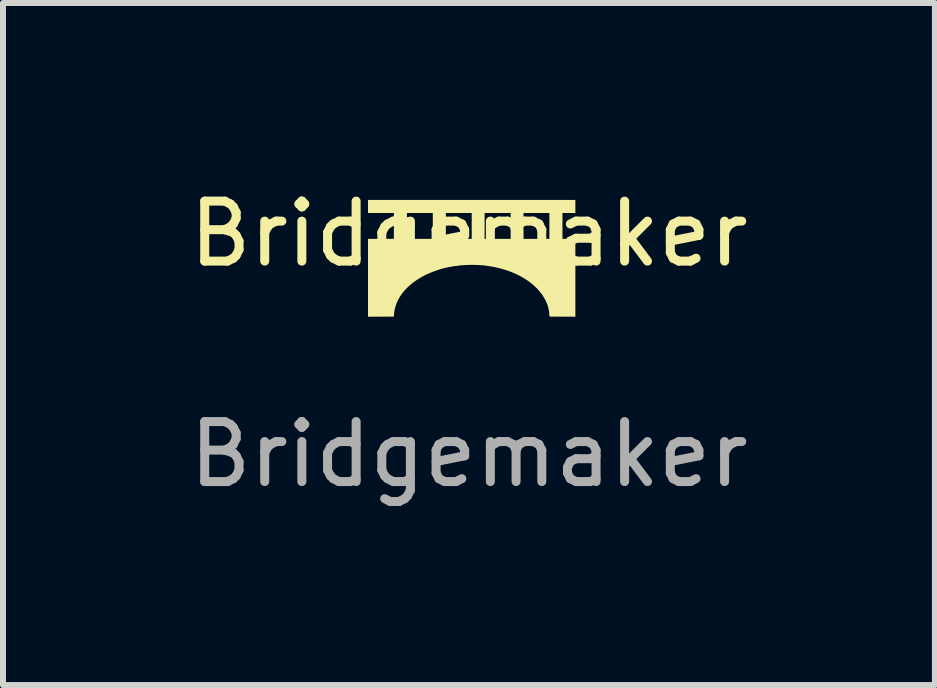
<source format=kicad_pcb>
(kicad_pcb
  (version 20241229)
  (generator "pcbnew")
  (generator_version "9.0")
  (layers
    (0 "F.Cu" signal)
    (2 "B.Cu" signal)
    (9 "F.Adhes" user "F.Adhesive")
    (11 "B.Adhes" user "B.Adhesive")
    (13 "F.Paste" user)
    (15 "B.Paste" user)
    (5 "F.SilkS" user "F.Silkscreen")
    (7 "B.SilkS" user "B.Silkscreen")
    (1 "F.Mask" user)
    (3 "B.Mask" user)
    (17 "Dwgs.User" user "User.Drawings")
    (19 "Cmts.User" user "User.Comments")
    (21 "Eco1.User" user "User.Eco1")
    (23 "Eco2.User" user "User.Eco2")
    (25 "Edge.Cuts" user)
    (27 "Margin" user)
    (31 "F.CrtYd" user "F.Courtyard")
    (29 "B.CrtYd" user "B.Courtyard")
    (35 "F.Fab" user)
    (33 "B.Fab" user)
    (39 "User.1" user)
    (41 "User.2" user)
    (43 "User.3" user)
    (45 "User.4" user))
  (footprint "Bridgemaker"
    (layer "F.Cu")
    (at 4.768 1.348)
    (property "Reference" "Bridgemaker" (at 0 -0.5 0) (unlocked yes) (layer "F.SilkS") (effects (font (size 1 1) (thickness 0.15))))
    (attr smd)
    (fp_poly (pts (xy 1.774 -0.847) (xy 1.559 -0.847) (xy 1.559 -0.416) (xy 1.774 -0.416) (xy 1.774 0.882) (xy 1.559 0.881) (xy 1.342 0.88) (xy 1.34 0.84) (xy 1.338 0.819) (xy 1.336 0.798) (xy 1.328 0.755) (xy 1.318 0.714) (xy 1.304 0.672) (xy 1.287 0.632) (xy 1.267 0.591) (xy 1.244 0.552) (xy 1.219 0.513) (xy 1.19 0.475) (xy 1.159 0.438) (xy 1.125 0.402) (xy 1.088 0.367) (xy 1.049 0.333) (xy 1.007 0.301) (xy 0.963 0.27) (xy 0.916 0.24) (xy 0.882 0.22) (xy 0.847 0.201) (xy 0.811 0.183) (xy 0.775 0.166) (xy 0.738 0.15) (xy 0.7 0.134) (xy 0.661 0.12) (xy 0.621 0.106) (xy 0.581 0.094) (xy 0.54 0.082) (xy 0.498 0.071) (xy 0.456 0.061) (xy 0.413 0.052) (xy 0.369 0.044) (xy 0.324 0.037) (xy 0.279 0.03) (xy 0.22 0.024) (xy 0.157 0.02) (xy 0.091 0.018) (xy 0.023 0.018) (xy -0.045 0.02) (xy -0.112 0.024) (xy -0.176 0.03) (xy -0.236 0.037) (xy -0.326 0.053) (xy -0.413 0.072) (xy -0.497 0.096) (xy -0.578 0.124) (xy -0.656 0.155) (xy -0.694 0.171) (xy -0.73 0.189) (xy -0.766 0.208) (xy -0.801 0.227) (xy -0.834 0.247) (xy -0.867 0.268) (xy -0.898 0.289) (xy -0.928 0.311) (xy -0.958 0.334) (xy -0.985 0.358) (xy -1.012 0.382) (xy -1.038 0.407) (xy -1.062 0.433) (xy -1.085 0.459) (xy -1.106 0.485) (xy -1.127 0.513) (xy -1.145 0.54) (xy -1.163 0.568) (xy -1.178 0.597) (xy -1.193 0.626) (xy -1.206 0.656) (xy -1.217 0.686) (xy -1.223 0.706) (xy -1.229 0.725) (xy -1.234 0.745) (xy -1.238 0.764) (xy -1.242 0.783) (xy -1.245 0.802) (xy -1.247 0.821) (xy -1.248 0.84) (xy -1.251 0.88) (xy -1.466 0.881) (xy -1.683 0.882) (xy -1.683 -0.416) (xy -1.252 -0.416) (xy -1.034 -0.416) (xy -0.603 -0.416) (xy -0.385 -0.416) (xy 0.046 -0.416) (xy 0.261 -0.416) (xy 0.695 -0.416) (xy 0.91 -0.416) (xy 1.341 -0.416) (xy 1.341 -0.847) (xy 0.91 -0.847) (xy 0.91 -0.416) (xy 0.695 -0.416) (xy 0.695 -0.847) (xy 0.261 -0.847) (xy 0.261 -0.416) (xy 0.046 -0.416) (xy 0.046 -0.847) (xy -0.385 -0.847) (xy -0.385 -0.416) (xy -0.603 -0.416) (xy -0.603 -0.847) (xy -1.034 -0.847) (xy -1.034 -0.416) (xy -1.252 -0.416) (xy -1.252 -0.847) (xy -1.683 -0.847) (xy -1.683 -1.065) (xy 1.774 -1.065)) (stroke (width 0) (type solid)) (fill yes) (layer "F.SilkS"))
    (fp_text user "${REFERENCE}" (at 0 3.175 0) (unlocked yes) (layer "F.Fab") (effects (font (size 1 1) (thickness 0.15)))))
  (gr_rect
    (start -3 -3)
    (end 12.536 8.371)
    (stroke (width 0.1) (type default))
    (fill no)
    (layer "Edge.Cuts")))
</source>
